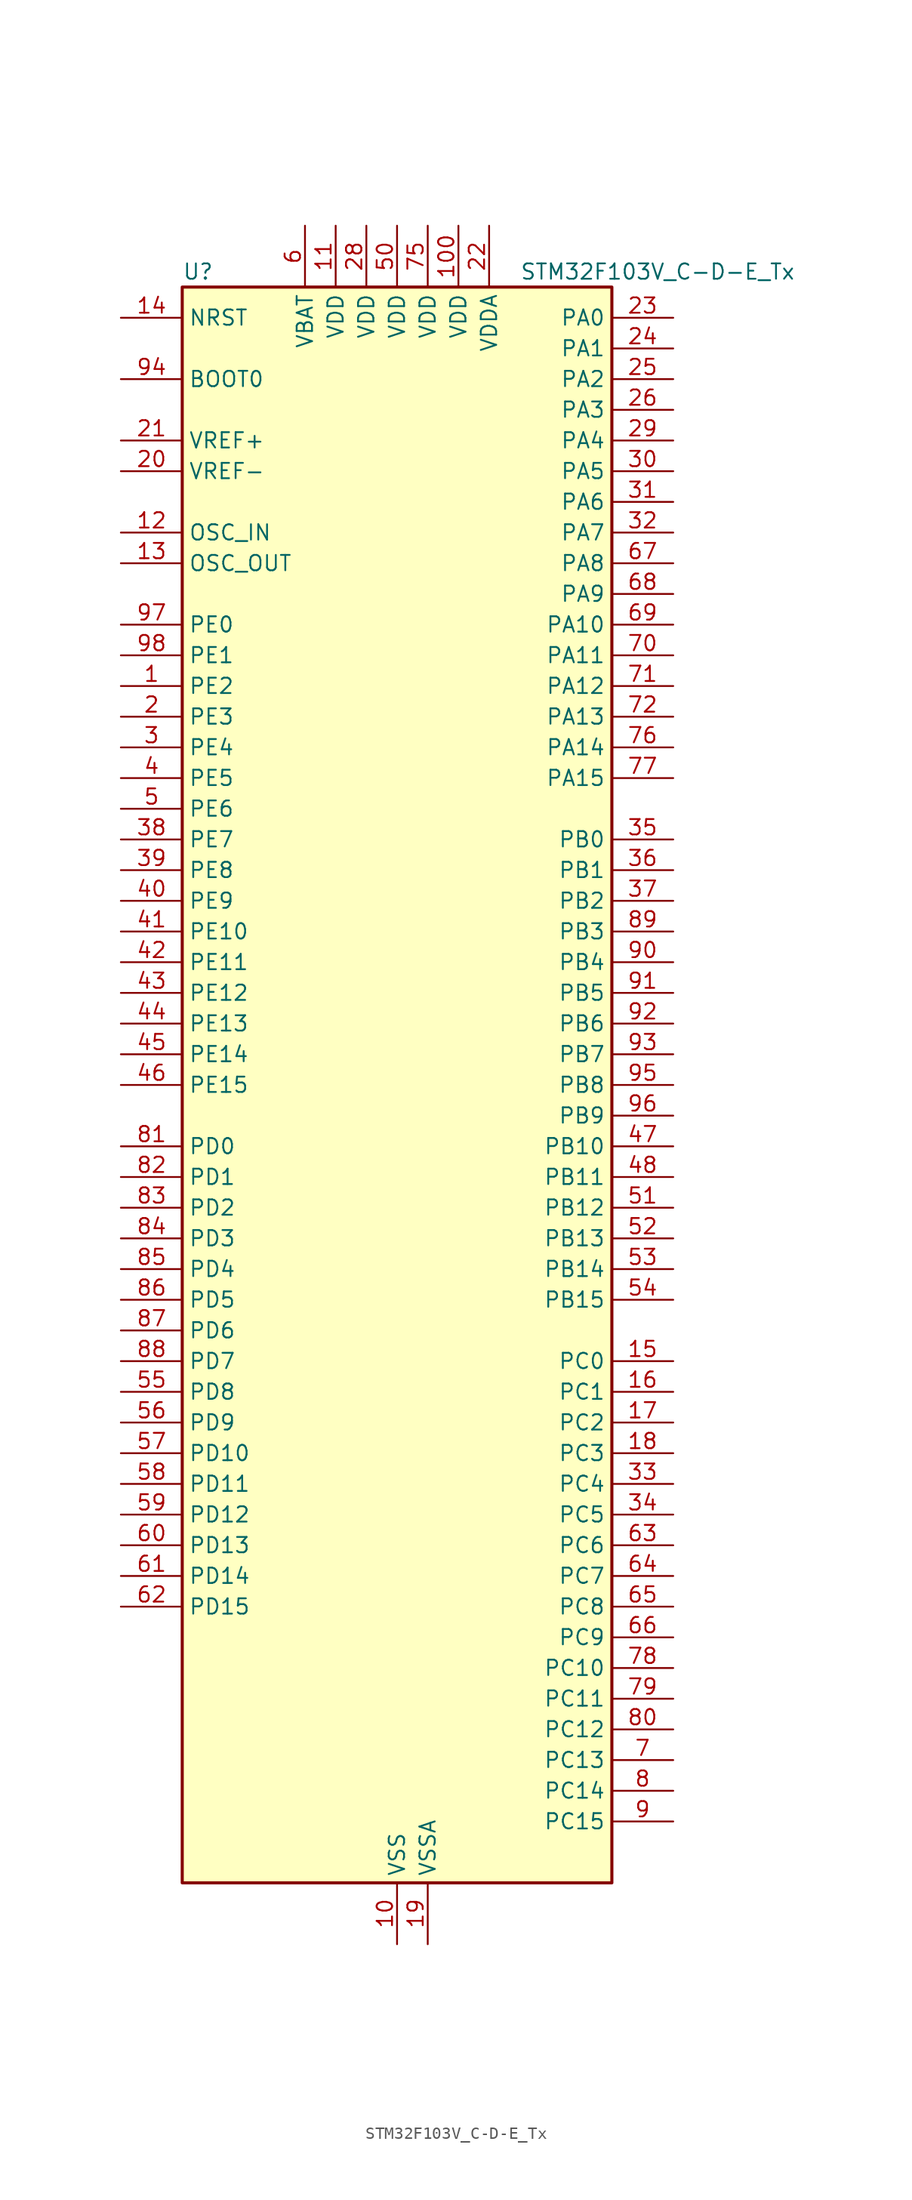
<source format=kicad_sym>
(kicad_symbol_lib
  (version 20231120)
  (generator "kicad_symbol_editor")
  (generator_version "8.0")
  (symbol "STM32F103V_C-D-E_Tx"
    (property "Reference" "U"
      (at -17.78 67.31 0)
      (effects (font (size 1.27 1.27)) (justify left)))
    (property "Value" "STM32F103V_C-D-E_Tx"
      (at 10.16 67.31 0)
      (effects (font (size 1.27 1.27)) (justify left)))
    (property "ki_locked" ""
      (at 0 0 0)
      (effects (font (size 1.27 1.27))))
    (symbol "STM32F103V_C-D-E_Tx_0_1"
      (rectangle (start -17.78 -66.04) (end 17.78 66.04) (stroke (width 0.254) (type default)) (fill (type background))))
    (symbol "STM32F103V_C-D-E_Tx_1_1"
      (pin bidirectional line (at -22.86 33.02 0) (length 5.08) (name "PE2" (effects (font (size 1.27 1.27)))) (number "1" (effects (font (size 1.27 1.27)))) (alternate "FSMC_A23" bidirectional line) (alternate "SYS_TRACECLK" bidirectional line))
      (pin power_in line (at 0 -71.12 90) (length 5.08) (name "VSS" (effects (font (size 1.27 1.27)))) (number "10" (effects (font (size 1.27 1.27)))))
      (pin power_in line (at 5.08 71.12 270) (length 5.08) (name "VDD" (effects (font (size 1.27 1.27)))) (number "100" (effects (font (size 1.27 1.27)))))
      (pin power_in line (at -5.08 71.12 270) (length 5.08) (name "VDD" (effects (font (size 1.27 1.27)))) (number "11" (effects (font (size 1.27 1.27)))))
      (pin input line (at -22.86 45.72 0) (length 5.08) (name "OSC_IN" (effects (font (size 1.27 1.27)))) (number "12" (effects (font (size 1.27 1.27)))) (alternate "RCC_OSC_IN" bidirectional line))
      (pin input line (at -22.86 43.18 0) (length 5.08) (name "OSC_OUT" (effects (font (size 1.27 1.27)))) (number "13" (effects (font (size 1.27 1.27)))) (alternate "RCC_OSC_OUT" bidirectional line))
      (pin input line (at -22.86 63.5 0) (length 5.08) (name "NRST" (effects (font (size 1.27 1.27)))) (number "14" (effects (font (size 1.27 1.27)))))
      (pin bidirectional line (at 22.86 -22.86 180) (length 5.08) (name "PC0" (effects (font (size 1.27 1.27)))) (number "15" (effects (font (size 1.27 1.27)))) (alternate "ADC1_IN10" bidirectional line) (alternate "ADC2_IN10" bidirectional line) (alternate "ADC3_IN10" bidirectional line))
      (pin bidirectional line (at 22.86 -25.4 180) (length 5.08) (name "PC1" (effects (font (size 1.27 1.27)))) (number "16" (effects (font (size 1.27 1.27)))) (alternate "ADC1_IN11" bidirectional line) (alternate "ADC2_IN11" bidirectional line) (alternate "ADC3_IN11" bidirectional line))
      (pin bidirectional line (at 22.86 -27.94 180) (length 5.08) (name "PC2" (effects (font (size 1.27 1.27)))) (number "17" (effects (font (size 1.27 1.27)))) (alternate "ADC1_IN12" bidirectional line) (alternate "ADC2_IN12" bidirectional line) (alternate "ADC3_IN12" bidirectional line))
      (pin bidirectional line (at 22.86 -30.48 180) (length 5.08) (name "PC3" (effects (font (size 1.27 1.27)))) (number "18" (effects (font (size 1.27 1.27)))) (alternate "ADC1_IN13" bidirectional line) (alternate "ADC2_IN13" bidirectional line) (alternate "ADC3_IN13" bidirectional line))
      (pin power_in line (at 2.54 -71.12 90) (length 5.08) (name "VSSA" (effects (font (size 1.27 1.27)))) (number "19" (effects (font (size 1.27 1.27)))))
      (pin bidirectional line (at -22.86 30.48 0) (length 5.08) (name "PE3" (effects (font (size 1.27 1.27)))) (number "2" (effects (font (size 1.27 1.27)))) (alternate "FSMC_A19" bidirectional line) (alternate "SYS_TRACED0" bidirectional line))
      (pin input line (at -22.86 50.8 0) (length 5.08) (name "VREF-" (effects (font (size 1.27 1.27)))) (number "20" (effects (font (size 1.27 1.27)))))
      (pin input line (at -22.86 53.34 0) (length 5.08) (name "VREF+" (effects (font (size 1.27 1.27)))) (number "21" (effects (font (size 1.27 1.27)))))
      (pin power_in line (at 7.62 71.12 270) (length 5.08) (name "VDDA" (effects (font (size 1.27 1.27)))) (number "22" (effects (font (size 1.27 1.27)))))
      (pin bidirectional line (at 22.86 63.5 180) (length 5.08) (name "PA0" (effects (font (size 1.27 1.27)))) (number "23" (effects (font (size 1.27 1.27)))) (alternate "ADC1_IN0" bidirectional line) (alternate "ADC2_IN0" bidirectional line) (alternate "ADC3_IN0" bidirectional line) (alternate "SYS_WKUP" bidirectional line) (alternate "TIM2_CH1" bidirectional line) (alternate "TIM2_ETR" bidirectional line) (alternate "TIM5_CH1" bidirectional line) (alternate "TIM8_ETR" bidirectional line) (alternate "USART2_CTS" bidirectional line))
      (pin bidirectional line (at 22.86 60.96 180) (length 5.08) (name "PA1" (effects (font (size 1.27 1.27)))) (number "24" (effects (font (size 1.27 1.27)))) (alternate "ADC1_IN1" bidirectional line) (alternate "ADC2_IN1" bidirectional line) (alternate "ADC3_IN1" bidirectional line) (alternate "TIM2_CH2" bidirectional line) (alternate "TIM5_CH2" bidirectional line) (alternate "USART2_RTS" bidirectional line))
      (pin bidirectional line (at 22.86 58.42 180) (length 5.08) (name "PA2" (effects (font (size 1.27 1.27)))) (number "25" (effects (font (size 1.27 1.27)))) (alternate "ADC1_IN2" bidirectional line) (alternate "ADC2_IN2" bidirectional line) (alternate "ADC3_IN2" bidirectional line) (alternate "TIM2_CH3" bidirectional line) (alternate "TIM5_CH3" bidirectional line) (alternate "USART2_TX" bidirectional line))
      (pin bidirectional line (at 22.86 55.88 180) (length 5.08) (name "PA3" (effects (font (size 1.27 1.27)))) (number "26" (effects (font (size 1.27 1.27)))) (alternate "ADC1_IN3" bidirectional line) (alternate "ADC2_IN3" bidirectional line) (alternate "ADC3_IN3" bidirectional line) (alternate "TIM2_CH4" bidirectional line) (alternate "TIM5_CH4" bidirectional line) (alternate "USART2_RX" bidirectional line))
      (pin passive line (at 0 -71.12 90) (length 5.08) hide (name "VSS" (effects (font (size 1.27 1.27)))) (number "27" (effects (font (size 1.27 1.27)))))
      (pin power_in line (at -2.54 71.12 270) (length 5.08) (name "VDD" (effects (font (size 1.27 1.27)))) (number "28" (effects (font (size 1.27 1.27)))))
      (pin bidirectional line (at 22.86 53.34 180) (length 5.08) (name "PA4" (effects (font (size 1.27 1.27)))) (number "29" (effects (font (size 1.27 1.27)))) (alternate "ADC1_IN4" bidirectional line) (alternate "ADC2_IN4" bidirectional line) (alternate "DAC_OUT1" bidirectional line) (alternate "SPI1_NSS" bidirectional line) (alternate "USART2_CK" bidirectional line))
      (pin bidirectional line (at -22.86 27.94 0) (length 5.08) (name "PE4" (effects (font (size 1.27 1.27)))) (number "3" (effects (font (size 1.27 1.27)))) (alternate "FSMC_A20" bidirectional line) (alternate "SYS_TRACED1" bidirectional line))
      (pin bidirectional line (at 22.86 50.8 180) (length 5.08) (name "PA5" (effects (font (size 1.27 1.27)))) (number "30" (effects (font (size 1.27 1.27)))) (alternate "ADC1_IN5" bidirectional line) (alternate "ADC2_IN5" bidirectional line) (alternate "DAC_OUT2" bidirectional line) (alternate "SPI1_SCK" bidirectional line))
      (pin bidirectional line (at 22.86 48.26 180) (length 5.08) (name "PA6" (effects (font (size 1.27 1.27)))) (number "31" (effects (font (size 1.27 1.27)))) (alternate "ADC1_IN6" bidirectional line) (alternate "ADC2_IN6" bidirectional line) (alternate "SPI1_MISO" bidirectional line) (alternate "TIM1_BKIN" bidirectional line) (alternate "TIM3_CH1" bidirectional line) (alternate "TIM8_BKIN" bidirectional line))
      (pin bidirectional line (at 22.86 45.72 180) (length 5.08) (name "PA7" (effects (font (size 1.27 1.27)))) (number "32" (effects (font (size 1.27 1.27)))) (alternate "ADC1_IN7" bidirectional line) (alternate "ADC2_IN7" bidirectional line) (alternate "SPI1_MOSI" bidirectional line) (alternate "TIM1_CH1N" bidirectional line) (alternate "TIM3_CH2" bidirectional line) (alternate "TIM8_CH1N" bidirectional line))
      (pin bidirectional line (at 22.86 -33.02 180) (length 5.08) (name "PC4" (effects (font (size 1.27 1.27)))) (number "33" (effects (font (size 1.27 1.27)))) (alternate "ADC1_IN14" bidirectional line) (alternate "ADC2_IN14" bidirectional line))
      (pin bidirectional line (at 22.86 -35.56 180) (length 5.08) (name "PC5" (effects (font (size 1.27 1.27)))) (number "34" (effects (font (size 1.27 1.27)))) (alternate "ADC1_IN15" bidirectional line) (alternate "ADC2_IN15" bidirectional line))
      (pin bidirectional line (at 22.86 20.32 180) (length 5.08) (name "PB0" (effects (font (size 1.27 1.27)))) (number "35" (effects (font (size 1.27 1.27)))) (alternate "ADC1_IN8" bidirectional line) (alternate "ADC2_IN8" bidirectional line) (alternate "TIM1_CH2N" bidirectional line) (alternate "TIM3_CH3" bidirectional line) (alternate "TIM8_CH2N" bidirectional line))
      (pin bidirectional line (at 22.86 17.78 180) (length 5.08) (name "PB1" (effects (font (size 1.27 1.27)))) (number "36" (effects (font (size 1.27 1.27)))) (alternate "ADC1_IN9" bidirectional line) (alternate "ADC2_IN9" bidirectional line) (alternate "TIM1_CH3N" bidirectional line) (alternate "TIM3_CH4" bidirectional line) (alternate "TIM8_CH3N" bidirectional line))
      (pin bidirectional line (at 22.86 15.24 180) (length 5.08) (name "PB2" (effects (font (size 1.27 1.27)))) (number "37" (effects (font (size 1.27 1.27)))))
      (pin bidirectional line (at -22.86 20.32 0) (length 5.08) (name "PE7" (effects (font (size 1.27 1.27)))) (number "38" (effects (font (size 1.27 1.27)))) (alternate "FSMC_D4" bidirectional line) (alternate "FSMC_DA4" bidirectional line) (alternate "TIM1_ETR" bidirectional line))
      (pin bidirectional line (at -22.86 17.78 0) (length 5.08) (name "PE8" (effects (font (size 1.27 1.27)))) (number "39" (effects (font (size 1.27 1.27)))) (alternate "FSMC_D5" bidirectional line) (alternate "FSMC_DA5" bidirectional line) (alternate "TIM1_CH1N" bidirectional line))
      (pin bidirectional line (at -22.86 25.4 0) (length 5.08) (name "PE5" (effects (font (size 1.27 1.27)))) (number "4" (effects (font (size 1.27 1.27)))) (alternate "FSMC_A21" bidirectional line) (alternate "SYS_TRACED2" bidirectional line))
      (pin bidirectional line (at -22.86 15.24 0) (length 5.08) (name "PE9" (effects (font (size 1.27 1.27)))) (number "40" (effects (font (size 1.27 1.27)))) (alternate "DAC_EXTI9" bidirectional line) (alternate "FSMC_D6" bidirectional line) (alternate "FSMC_DA6" bidirectional line) (alternate "TIM1_CH1" bidirectional line))
      (pin bidirectional line (at -22.86 12.7 0) (length 5.08) (name "PE10" (effects (font (size 1.27 1.27)))) (number "41" (effects (font (size 1.27 1.27)))) (alternate "FSMC_D7" bidirectional line) (alternate "FSMC_DA7" bidirectional line) (alternate "TIM1_CH2N" bidirectional line))
      (pin bidirectional line (at -22.86 10.16 0) (length 5.08) (name "PE11" (effects (font (size 1.27 1.27)))) (number "42" (effects (font (size 1.27 1.27)))) (alternate "ADC1_EXTI11" bidirectional line) (alternate "ADC2_EXTI11" bidirectional line) (alternate "FSMC_D8" bidirectional line) (alternate "FSMC_DA8" bidirectional line) (alternate "TIM1_CH2" bidirectional line))
      (pin bidirectional line (at -22.86 7.62 0) (length 5.08) (name "PE12" (effects (font (size 1.27 1.27)))) (number "43" (effects (font (size 1.27 1.27)))) (alternate "FSMC_D9" bidirectional line) (alternate "FSMC_DA9" bidirectional line) (alternate "TIM1_CH3N" bidirectional line))
      (pin bidirectional line (at -22.86 5.08 0) (length 5.08) (name "PE13" (effects (font (size 1.27 1.27)))) (number "44" (effects (font (size 1.27 1.27)))) (alternate "FSMC_D10" bidirectional line) (alternate "FSMC_DA10" bidirectional line) (alternate "TIM1_CH3" bidirectional line))
      (pin bidirectional line (at -22.86 2.54 0) (length 5.08) (name "PE14" (effects (font (size 1.27 1.27)))) (number "45" (effects (font (size 1.27 1.27)))) (alternate "FSMC_D11" bidirectional line) (alternate "FSMC_DA11" bidirectional line) (alternate "TIM1_CH4" bidirectional line))
      (pin bidirectional line (at -22.86 0 0) (length 5.08) (name "PE15" (effects (font (size 1.27 1.27)))) (number "46" (effects (font (size 1.27 1.27)))) (alternate "ADC1_EXTI15" bidirectional line) (alternate "ADC2_EXTI15" bidirectional line) (alternate "FSMC_D12" bidirectional line) (alternate "FSMC_DA12" bidirectional line) (alternate "TIM1_BKIN" bidirectional line))
      (pin bidirectional line (at 22.86 -5.08 180) (length 5.08) (name "PB10" (effects (font (size 1.27 1.27)))) (number "47" (effects (font (size 1.27 1.27)))) (alternate "I2C2_SCL" bidirectional line) (alternate "TIM2_CH3" bidirectional line) (alternate "USART3_TX" bidirectional line))
      (pin bidirectional line (at 22.86 -7.62 180) (length 5.08) (name "PB11" (effects (font (size 1.27 1.27)))) (number "48" (effects (font (size 1.27 1.27)))) (alternate "ADC1_EXTI11" bidirectional line) (alternate "ADC2_EXTI11" bidirectional line) (alternate "I2C2_SDA" bidirectional line) (alternate "TIM2_CH4" bidirectional line) (alternate "USART3_RX" bidirectional line))
      (pin passive line (at 0 -71.12 90) (length 5.08) hide (name "VSS" (effects (font (size 1.27 1.27)))) (number "49" (effects (font (size 1.27 1.27)))))
      (pin bidirectional line (at -22.86 22.86 0) (length 5.08) (name "PE6" (effects (font (size 1.27 1.27)))) (number "5" (effects (font (size 1.27 1.27)))) (alternate "FSMC_A22" bidirectional line) (alternate "SYS_TRACED3" bidirectional line))
      (pin power_in line (at 0 71.12 270) (length 5.08) (name "VDD" (effects (font (size 1.27 1.27)))) (number "50" (effects (font (size 1.27 1.27)))))
      (pin bidirectional line (at 22.86 -10.16 180) (length 5.08) (name "PB12" (effects (font (size 1.27 1.27)))) (number "51" (effects (font (size 1.27 1.27)))) (alternate "I2C2_SMBA" bidirectional line) (alternate "I2S2_WS" bidirectional line) (alternate "SPI2_NSS" bidirectional line) (alternate "TIM1_BKIN" bidirectional line) (alternate "USART3_CK" bidirectional line))
      (pin bidirectional line (at 22.86 -12.7 180) (length 5.08) (name "PB13" (effects (font (size 1.27 1.27)))) (number "52" (effects (font (size 1.27 1.27)))) (alternate "I2S2_CK" bidirectional line) (alternate "SPI2_SCK" bidirectional line) (alternate "TIM1_CH1N" bidirectional line) (alternate "USART3_CTS" bidirectional line))
      (pin bidirectional line (at 22.86 -15.24 180) (length 5.08) (name "PB14" (effects (font (size 1.27 1.27)))) (number "53" (effects (font (size 1.27 1.27)))) (alternate "SPI2_MISO" bidirectional line) (alternate "TIM1_CH2N" bidirectional line) (alternate "USART3_RTS" bidirectional line))
      (pin bidirectional line (at 22.86 -17.78 180) (length 5.08) (name "PB15" (effects (font (size 1.27 1.27)))) (number "54" (effects (font (size 1.27 1.27)))) (alternate "ADC1_EXTI15" bidirectional line) (alternate "ADC2_EXTI15" bidirectional line) (alternate "I2S2_SD" bidirectional line) (alternate "SPI2_MOSI" bidirectional line) (alternate "TIM1_CH3N" bidirectional line))
      (pin bidirectional line (at -22.86 -25.4 0) (length 5.08) (name "PD8" (effects (font (size 1.27 1.27)))) (number "55" (effects (font (size 1.27 1.27)))) (alternate "FSMC_D13" bidirectional line) (alternate "FSMC_DA13" bidirectional line) (alternate "USART3_TX" bidirectional line))
      (pin bidirectional line (at -22.86 -27.94 0) (length 5.08) (name "PD9" (effects (font (size 1.27 1.27)))) (number "56" (effects (font (size 1.27 1.27)))) (alternate "DAC_EXTI9" bidirectional line) (alternate "FSMC_D14" bidirectional line) (alternate "FSMC_DA14" bidirectional line) (alternate "USART3_RX" bidirectional line))
      (pin bidirectional line (at -22.86 -30.48 0) (length 5.08) (name "PD10" (effects (font (size 1.27 1.27)))) (number "57" (effects (font (size 1.27 1.27)))) (alternate "FSMC_D15" bidirectional line) (alternate "FSMC_DA15" bidirectional line) (alternate "USART3_CK" bidirectional line))
      (pin bidirectional line (at -22.86 -33.02 0) (length 5.08) (name "PD11" (effects (font (size 1.27 1.27)))) (number "58" (effects (font (size 1.27 1.27)))) (alternate "ADC1_EXTI11" bidirectional line) (alternate "ADC2_EXTI11" bidirectional line) (alternate "FSMC_A16" bidirectional line) (alternate "FSMC_CLE" bidirectional line) (alternate "USART3_CTS" bidirectional line))
      (pin bidirectional line (at -22.86 -35.56 0) (length 5.08) (name "PD12" (effects (font (size 1.27 1.27)))) (number "59" (effects (font (size 1.27 1.27)))) (alternate "FSMC_A17" bidirectional line) (alternate "FSMC_ALE" bidirectional line) (alternate "TIM4_CH1" bidirectional line) (alternate "USART3_RTS" bidirectional line))
      (pin power_in line (at -7.62 71.12 270) (length 5.08) (name "VBAT" (effects (font (size 1.27 1.27)))) (number "6" (effects (font (size 1.27 1.27)))))
      (pin bidirectional line (at -22.86 -38.1 0) (length 5.08) (name "PD13" (effects (font (size 1.27 1.27)))) (number "60" (effects (font (size 1.27 1.27)))) (alternate "FSMC_A18" bidirectional line) (alternate "TIM4_CH2" bidirectional line))
      (pin bidirectional line (at -22.86 -40.64 0) (length 5.08) (name "PD14" (effects (font (size 1.27 1.27)))) (number "61" (effects (font (size 1.27 1.27)))) (alternate "FSMC_D0" bidirectional line) (alternate "FSMC_DA0" bidirectional line) (alternate "TIM4_CH3" bidirectional line))
      (pin bidirectional line (at -22.86 -43.18 0) (length 5.08) (name "PD15" (effects (font (size 1.27 1.27)))) (number "62" (effects (font (size 1.27 1.27)))) (alternate "ADC1_EXTI15" bidirectional line) (alternate "ADC2_EXTI15" bidirectional line) (alternate "FSMC_D1" bidirectional line) (alternate "FSMC_DA1" bidirectional line) (alternate "TIM4_CH4" bidirectional line))
      (pin bidirectional line (at 22.86 -38.1 180) (length 5.08) (name "PC6" (effects (font (size 1.27 1.27)))) (number "63" (effects (font (size 1.27 1.27)))) (alternate "I2S2_MCK" bidirectional line) (alternate "SDIO_D6" bidirectional line) (alternate "TIM3_CH1" bidirectional line) (alternate "TIM8_CH1" bidirectional line))
      (pin bidirectional line (at 22.86 -40.64 180) (length 5.08) (name "PC7" (effects (font (size 1.27 1.27)))) (number "64" (effects (font (size 1.27 1.27)))) (alternate "I2S3_MCK" bidirectional line) (alternate "SDIO_D7" bidirectional line) (alternate "TIM3_CH2" bidirectional line) (alternate "TIM8_CH2" bidirectional line))
      (pin bidirectional line (at 22.86 -43.18 180) (length 5.08) (name "PC8" (effects (font (size 1.27 1.27)))) (number "65" (effects (font (size 1.27 1.27)))) (alternate "SDIO_D0" bidirectional line) (alternate "TIM3_CH3" bidirectional line) (alternate "TIM8_CH3" bidirectional line))
      (pin bidirectional line (at 22.86 -45.72 180) (length 5.08) (name "PC9" (effects (font (size 1.27 1.27)))) (number "66" (effects (font (size 1.27 1.27)))) (alternate "DAC_EXTI9" bidirectional line) (alternate "SDIO_D1" bidirectional line) (alternate "TIM3_CH4" bidirectional line) (alternate "TIM8_CH4" bidirectional line))
      (pin bidirectional line (at 22.86 43.18 180) (length 5.08) (name "PA8" (effects (font (size 1.27 1.27)))) (number "67" (effects (font (size 1.27 1.27)))) (alternate "RCC_MCO" bidirectional line) (alternate "TIM1_CH1" bidirectional line) (alternate "USART1_CK" bidirectional line))
      (pin bidirectional line (at 22.86 40.64 180) (length 5.08) (name "PA9" (effects (font (size 1.27 1.27)))) (number "68" (effects (font (size 1.27 1.27)))) (alternate "DAC_EXTI9" bidirectional line) (alternate "TIM1_CH2" bidirectional line) (alternate "USART1_TX" bidirectional line))
      (pin bidirectional line (at 22.86 38.1 180) (length 5.08) (name "PA10" (effects (font (size 1.27 1.27)))) (number "69" (effects (font (size 1.27 1.27)))) (alternate "TIM1_CH3" bidirectional line) (alternate "USART1_RX" bidirectional line))
      (pin bidirectional line (at 22.86 -55.88 180) (length 5.08) (name "PC13" (effects (font (size 1.27 1.27)))) (number "7" (effects (font (size 1.27 1.27)))) (alternate "RTC_OUT" bidirectional line) (alternate "RTC_TAMPER" bidirectional line))
      (pin bidirectional line (at 22.86 35.56 180) (length 5.08) (name "PA11" (effects (font (size 1.27 1.27)))) (number "70" (effects (font (size 1.27 1.27)))) (alternate "ADC1_EXTI11" bidirectional line) (alternate "ADC2_EXTI11" bidirectional line) (alternate "CAN_RX" bidirectional line) (alternate "TIM1_CH4" bidirectional line) (alternate "USART1_CTS" bidirectional line) (alternate "USB_DM" bidirectional line))
      (pin bidirectional line (at 22.86 33.02 180) (length 5.08) (name "PA12" (effects (font (size 1.27 1.27)))) (number "71" (effects (font (size 1.27 1.27)))) (alternate "CAN_TX" bidirectional line) (alternate "TIM1_ETR" bidirectional line) (alternate "USART1_RTS" bidirectional line) (alternate "USB_DP" bidirectional line))
      (pin bidirectional line (at 22.86 30.48 180) (length 5.08) (name "PA13" (effects (font (size 1.27 1.27)))) (number "72" (effects (font (size 1.27 1.27)))) (alternate "SYS_JTMS-SWDIO" bidirectional line))
      (pin no_connect line (at -17.78 -66.04 0) (length 5.08) hide (name "NC" (effects (font (size 1.27 1.27)))) (number "73" (effects (font (size 1.27 1.27)))))
      (pin passive line (at 0 -71.12 90) (length 5.08) hide (name "VSS" (effects (font (size 1.27 1.27)))) (number "74" (effects (font (size 1.27 1.27)))))
      (pin power_in line (at 2.54 71.12 270) (length 5.08) (name "VDD" (effects (font (size 1.27 1.27)))) (number "75" (effects (font (size 1.27 1.27)))))
      (pin bidirectional line (at 22.86 27.94 180) (length 5.08) (name "PA14" (effects (font (size 1.27 1.27)))) (number "76" (effects (font (size 1.27 1.27)))) (alternate "SYS_JTCK-SWCLK" bidirectional line))
      (pin bidirectional line (at 22.86 25.4 180) (length 5.08) (name "PA15" (effects (font (size 1.27 1.27)))) (number "77" (effects (font (size 1.27 1.27)))) (alternate "ADC1_EXTI15" bidirectional line) (alternate "ADC2_EXTI15" bidirectional line) (alternate "I2S3_WS" bidirectional line) (alternate "SPI1_NSS" bidirectional line) (alternate "SPI3_NSS" bidirectional line) (alternate "SYS_JTDI" bidirectional line) (alternate "TIM2_CH1" bidirectional line) (alternate "TIM2_ETR" bidirectional line))
      (pin bidirectional line (at 22.86 -48.26 180) (length 5.08) (name "PC10" (effects (font (size 1.27 1.27)))) (number "78" (effects (font (size 1.27 1.27)))) (alternate "SDIO_D2" bidirectional line) (alternate "UART4_TX" bidirectional line) (alternate "USART3_TX" bidirectional line))
      (pin bidirectional line (at 22.86 -50.8 180) (length 5.08) (name "PC11" (effects (font (size 1.27 1.27)))) (number "79" (effects (font (size 1.27 1.27)))) (alternate "ADC1_EXTI11" bidirectional line) (alternate "ADC2_EXTI11" bidirectional line) (alternate "SDIO_D3" bidirectional line) (alternate "UART4_RX" bidirectional line) (alternate "USART3_RX" bidirectional line))
      (pin bidirectional line (at 22.86 -58.42 180) (length 5.08) (name "PC14" (effects (font (size 1.27 1.27)))) (number "8" (effects (font (size 1.27 1.27)))) (alternate "RCC_OSC32_IN" bidirectional line))
      (pin bidirectional line (at 22.86 -53.34 180) (length 5.08) (name "PC12" (effects (font (size 1.27 1.27)))) (number "80" (effects (font (size 1.27 1.27)))) (alternate "SDIO_CK" bidirectional line) (alternate "UART5_TX" bidirectional line) (alternate "USART3_CK" bidirectional line))
      (pin bidirectional line (at -22.86 -5.08 0) (length 5.08) (name "PD0" (effects (font (size 1.27 1.27)))) (number "81" (effects (font (size 1.27 1.27)))) (alternate "CAN_RX" bidirectional line) (alternate "FSMC_D2" bidirectional line) (alternate "FSMC_DA2" bidirectional line))
      (pin bidirectional line (at -22.86 -7.62 0) (length 5.08) (name "PD1" (effects (font (size 1.27 1.27)))) (number "82" (effects (font (size 1.27 1.27)))) (alternate "CAN_TX" bidirectional line) (alternate "FSMC_D3" bidirectional line) (alternate "FSMC_DA3" bidirectional line))
      (pin bidirectional line (at -22.86 -10.16 0) (length 5.08) (name "PD2" (effects (font (size 1.27 1.27)))) (number "83" (effects (font (size 1.27 1.27)))) (alternate "SDIO_CMD" bidirectional line) (alternate "TIM3_ETR" bidirectional line) (alternate "UART5_RX" bidirectional line))
      (pin bidirectional line (at -22.86 -12.7 0) (length 5.08) (name "PD3" (effects (font (size 1.27 1.27)))) (number "84" (effects (font (size 1.27 1.27)))) (alternate "FSMC_CLK" bidirectional line) (alternate "USART2_CTS" bidirectional line))
      (pin bidirectional line (at -22.86 -15.24 0) (length 5.08) (name "PD4" (effects (font (size 1.27 1.27)))) (number "85" (effects (font (size 1.27 1.27)))) (alternate "FSMC_NOE" bidirectional line) (alternate "USART2_RTS" bidirectional line))
      (pin bidirectional line (at -22.86 -17.78 0) (length 5.08) (name "PD5" (effects (font (size 1.27 1.27)))) (number "86" (effects (font (size 1.27 1.27)))) (alternate "FSMC_NWE" bidirectional line) (alternate "USART2_TX" bidirectional line))
      (pin bidirectional line (at -22.86 -20.32 0) (length 5.08) (name "PD6" (effects (font (size 1.27 1.27)))) (number "87" (effects (font (size 1.27 1.27)))) (alternate "FSMC_NWAIT" bidirectional line) (alternate "USART2_RX" bidirectional line))
      (pin bidirectional line (at -22.86 -22.86 0) (length 5.08) (name "PD7" (effects (font (size 1.27 1.27)))) (number "88" (effects (font (size 1.27 1.27)))) (alternate "FSMC_NCE2" bidirectional line) (alternate "FSMC_NE1" bidirectional line) (alternate "USART2_CK" bidirectional line))
      (pin bidirectional line (at 22.86 12.7 180) (length 5.08) (name "PB3" (effects (font (size 1.27 1.27)))) (number "89" (effects (font (size 1.27 1.27)))) (alternate "I2S3_CK" bidirectional line) (alternate "SPI1_SCK" bidirectional line) (alternate "SPI3_SCK" bidirectional line) (alternate "SYS_JTDO-TRACESWO" bidirectional line) (alternate "TIM2_CH2" bidirectional line))
      (pin bidirectional line (at 22.86 -60.96 180) (length 5.08) (name "PC15" (effects (font (size 1.27 1.27)))) (number "9" (effects (font (size 1.27 1.27)))) (alternate "ADC1_EXTI15" bidirectional line) (alternate "ADC2_EXTI15" bidirectional line) (alternate "RCC_OSC32_OUT" bidirectional line))
      (pin bidirectional line (at 22.86 10.16 180) (length 5.08) (name "PB4" (effects (font (size 1.27 1.27)))) (number "90" (effects (font (size 1.27 1.27)))) (alternate "SPI1_MISO" bidirectional line) (alternate "SPI3_MISO" bidirectional line) (alternate "SYS_NJTRST" bidirectional line) (alternate "TIM3_CH1" bidirectional line))
      (pin bidirectional line (at 22.86 7.62 180) (length 5.08) (name "PB5" (effects (font (size 1.27 1.27)))) (number "91" (effects (font (size 1.27 1.27)))) (alternate "I2C1_SMBA" bidirectional line) (alternate "I2S3_SD" bidirectional line) (alternate "SPI1_MOSI" bidirectional line) (alternate "SPI3_MOSI" bidirectional line) (alternate "TIM3_CH2" bidirectional line))
      (pin bidirectional line (at 22.86 5.08 180) (length 5.08) (name "PB6" (effects (font (size 1.27 1.27)))) (number "92" (effects (font (size 1.27 1.27)))) (alternate "I2C1_SCL" bidirectional line) (alternate "TIM4_CH1" bidirectional line) (alternate "USART1_TX" bidirectional line))
      (pin bidirectional line (at 22.86 2.54 180) (length 5.08) (name "PB7" (effects (font (size 1.27 1.27)))) (number "93" (effects (font (size 1.27 1.27)))) (alternate "FSMC_NL" bidirectional line) (alternate "I2C1_SDA" bidirectional line) (alternate "TIM4_CH2" bidirectional line) (alternate "USART1_RX" bidirectional line))
      (pin input line (at -22.86 58.42 0) (length 5.08) (name "BOOT0" (effects (font (size 1.27 1.27)))) (number "94" (effects (font (size 1.27 1.27)))))
      (pin bidirectional line (at 22.86 0 180) (length 5.08) (name "PB8" (effects (font (size 1.27 1.27)))) (number "95" (effects (font (size 1.27 1.27)))) (alternate "CAN_RX" bidirectional line) (alternate "I2C1_SCL" bidirectional line) (alternate "SDIO_D4" bidirectional line) (alternate "TIM4_CH3" bidirectional line))
      (pin bidirectional line (at 22.86 -2.54 180) (length 5.08) (name "PB9" (effects (font (size 1.27 1.27)))) (number "96" (effects (font (size 1.27 1.27)))) (alternate "CAN_TX" bidirectional line) (alternate "DAC_EXTI9" bidirectional line) (alternate "I2C1_SDA" bidirectional line) (alternate "SDIO_D5" bidirectional line) (alternate "TIM4_CH4" bidirectional line))
      (pin bidirectional line (at -22.86 38.1 0) (length 5.08) (name "PE0" (effects (font (size 1.27 1.27)))) (number "97" (effects (font (size 1.27 1.27)))) (alternate "FSMC_NBL0" bidirectional line) (alternate "TIM4_ETR" bidirectional line))
      (pin bidirectional line (at -22.86 35.56 0) (length 5.08) (name "PE1" (effects (font (size 1.27 1.27)))) (number "98" (effects (font (size 1.27 1.27)))) (alternate "FSMC_NBL1" bidirectional line))
      (pin passive line (at 0 -71.12 90) (length 5.08) hide (name "VSS" (effects (font (size 1.27 1.27)))) (number "99" (effects (font (size 1.27 1.27))))))))
</source>
